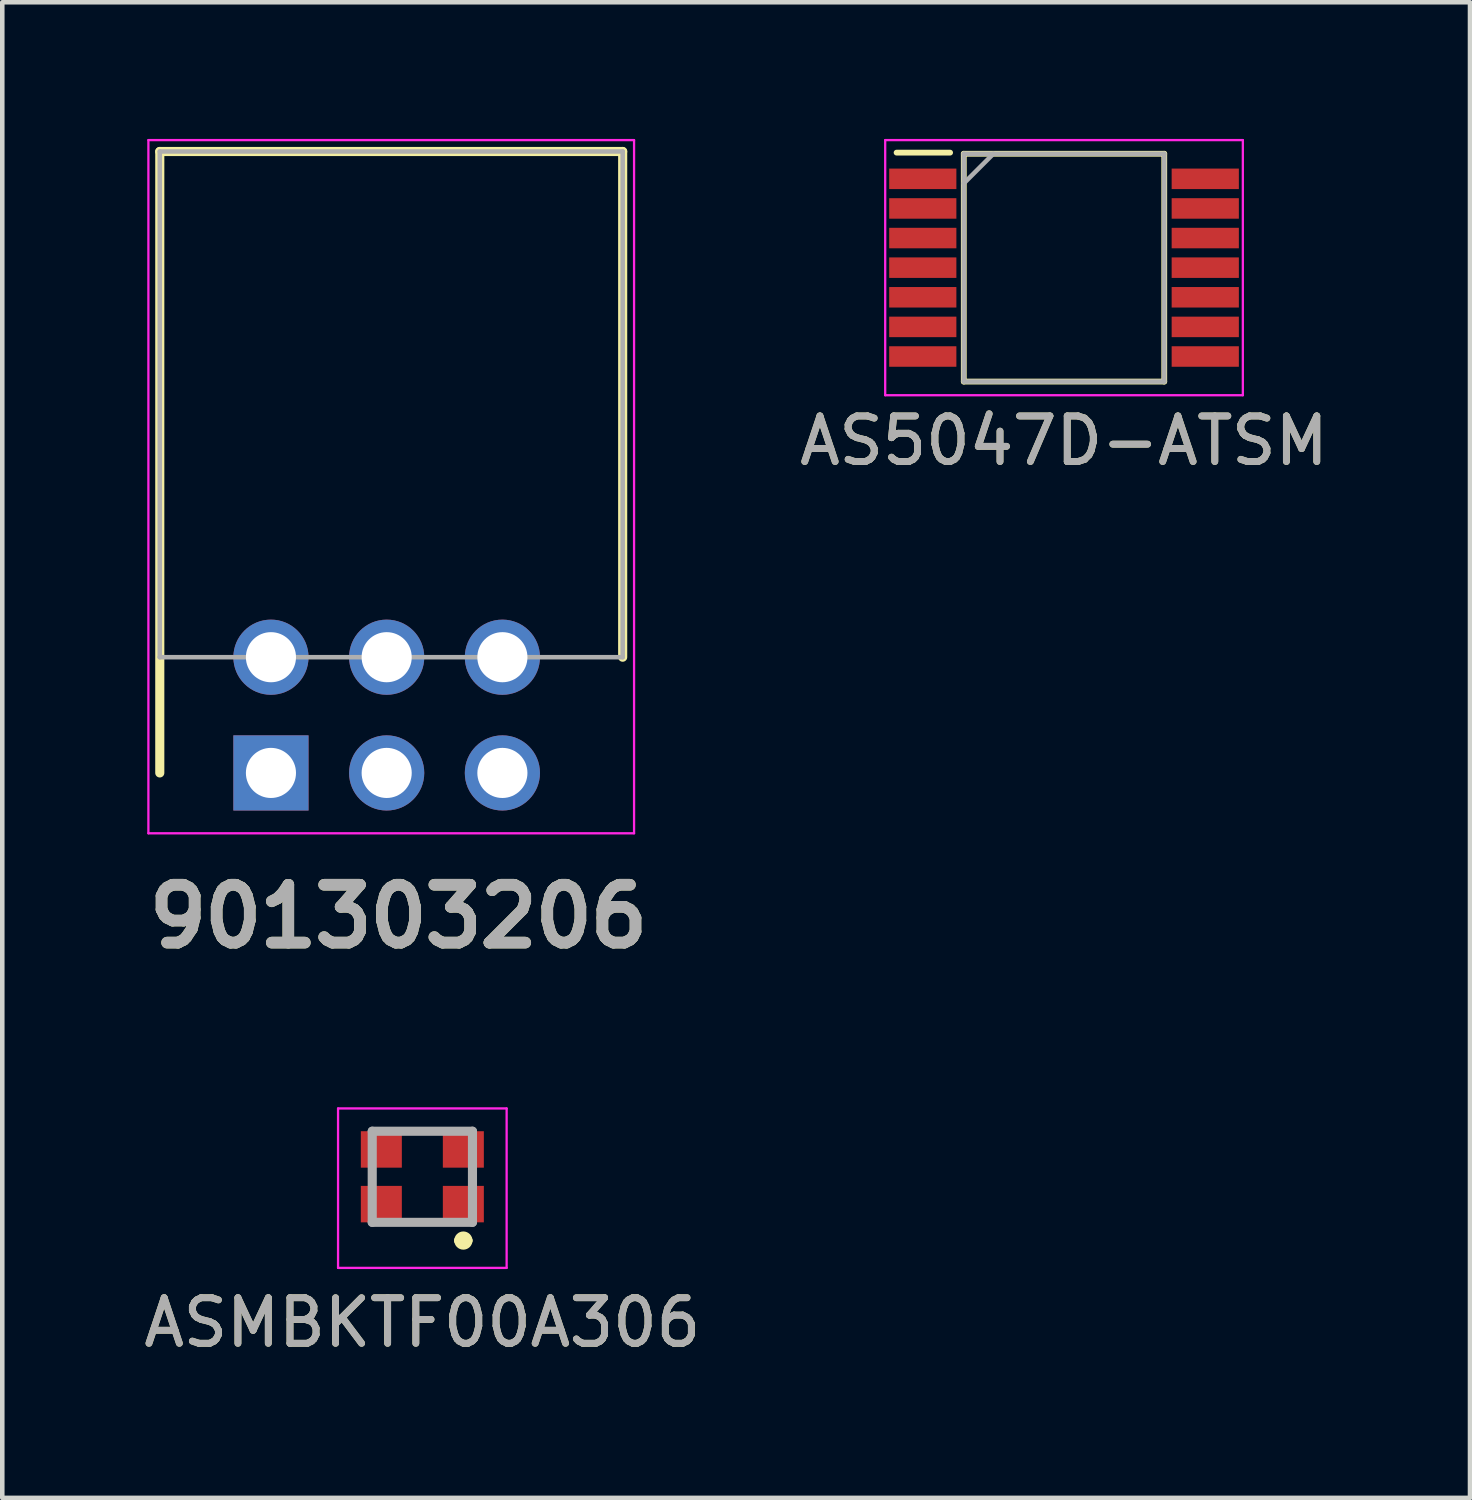
<source format=kicad_pcb>
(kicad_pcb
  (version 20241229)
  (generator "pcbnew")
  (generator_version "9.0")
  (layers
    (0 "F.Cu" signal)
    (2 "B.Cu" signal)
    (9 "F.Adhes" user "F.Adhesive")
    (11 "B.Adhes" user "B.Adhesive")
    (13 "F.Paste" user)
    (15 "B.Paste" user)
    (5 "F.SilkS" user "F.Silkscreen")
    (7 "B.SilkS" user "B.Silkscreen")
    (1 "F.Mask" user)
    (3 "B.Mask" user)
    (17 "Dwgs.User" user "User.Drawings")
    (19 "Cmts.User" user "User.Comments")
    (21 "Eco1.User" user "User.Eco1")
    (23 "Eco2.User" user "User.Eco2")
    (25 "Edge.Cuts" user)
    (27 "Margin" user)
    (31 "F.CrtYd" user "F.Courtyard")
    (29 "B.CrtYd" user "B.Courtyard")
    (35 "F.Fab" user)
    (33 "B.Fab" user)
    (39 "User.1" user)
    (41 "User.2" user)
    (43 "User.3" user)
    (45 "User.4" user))
  (footprint "901303206"
    (layer "F.Cu")
    (at 2.897 13.915)
    (property "Reference" "901303206" (at 2.8 3.15 0) (layer "F.SilkS") (effects (font (size 1.27 1.27) (thickness 0.254))))
    (attr through_hole)
    (fp_line (start -2.44 -13.64) (end 7.72 -13.64) (stroke (width 0.2) (type solid)) (layer "F.SilkS"))
    (fp_line (start -2.44 0) (end -2.44 -13.64) (stroke (width 0.2) (type solid)) (layer "F.SilkS"))
    (fp_line (start 7.72 -13.64) (end 7.72 -2.54) (stroke (width 0.2) (type solid)) (layer "F.SilkS"))
    (fp_line (start -2.69 -13.89) (end -2.69 1.325) (stroke (width 0.05) (type solid)) (layer "F.CrtYd"))
    (fp_line (start -2.69 1.325) (end 7.97 1.325) (stroke (width 0.05) (type solid)) (layer "F.CrtYd"))
    (fp_line (start 7.97 -13.89) (end -2.69 -13.89) (stroke (width 0.05) (type solid)) (layer "F.CrtYd"))
    (fp_line (start 7.97 1.325) (end 7.97 -13.89) (stroke (width 0.05) (type solid)) (layer "F.CrtYd"))
    (fp_line (start -2.44 -13.64) (end 7.72 -13.64) (stroke (width 0.1) (type solid)) (layer "F.Fab"))
    (fp_line (start -2.44 -2.54) (end -2.44 -13.64) (stroke (width 0.1) (type solid)) (layer "F.Fab"))
    (fp_line (start 7.72 -13.64) (end 7.72 -2.54) (stroke (width 0.1) (type solid)) (layer "F.Fab"))
    (fp_line (start 7.72 -2.54) (end -2.44 -2.54) (stroke (width 0.1) (type solid)) (layer "F.Fab"))
    (fp_text user "${REFERENCE}" (at 2.8 3.15 0) (layer "F.Fab") (effects (font (size 1.27 1.27) (thickness 0.254))))
    (pad "1" thru_hole rect (at 0 0) (size 1.65 1.65) (drill 1.1) (layers "*.Cu" "*.Mask"))
    (pad "2" thru_hole circle (at 0 -2.54) (size 1.65 1.65) (drill 1.1) (layers "*.Cu" "*.Mask"))
    (pad "3" thru_hole circle (at 2.54 0) (size 1.65 1.65) (drill 1.1) (layers "*.Cu" "*.Mask"))
    (pad "4" thru_hole circle (at 2.54 -2.54) (size 1.65 1.65) (drill 1.1) (layers "*.Cu" "*.Mask"))
    (pad "5" thru_hole circle (at 5.08 0) (size 1.65 1.65) (drill 1.1) (layers "*.Cu" "*.Mask"))
    (pad "6" thru_hole circle (at 5.08 -2.54) (size 1.65 1.65) (drill 1.1) (layers "*.Cu" "*.Mask")))
  (footprint "AS5047D-ATSM"
    (layer "F.Cu")
    (at 20.304 2.825)
    (property "Reference" "AS5047D-ATSM" (at 0 3.8 0) (layer "F.SilkS") (effects (font (size 1 1) (thickness 0.15))))
    (attr smd)
    (fp_line (start -3.675 -2.525) (end -2.5 -2.525) (stroke (width 0.127) (type solid)) (layer "F.SilkS"))
    (fp_line (start -2.2 -2.5) (end 2.2 -2.5) (stroke (width 0.127) (type solid)) (layer "F.SilkS"))
    (fp_line (start -2.2 2.5) (end -2.2 -2.5) (stroke (width 0.127) (type solid)) (layer "F.SilkS"))
    (fp_line (start 2.2 2.5) (end -2.2 2.5) (stroke (width 0.127) (type solid)) (layer "F.SilkS"))
    (fp_line (start 2.2 2.5) (end 2.2 -2.5) (stroke (width 0.127) (type solid)) (layer "F.SilkS"))
    (fp_line (start -3.925 -2.8) (end 3.925 -2.8) (stroke (width 0.05) (type solid)) (layer "F.CrtYd"))
    (fp_line (start -3.925 2.8) (end -3.925 -2.8) (stroke (width 0.05) (type solid)) (layer "F.CrtYd"))
    (fp_line (start 3.925 -2.8) (end 3.925 2.8) (stroke (width 0.05) (type solid)) (layer "F.CrtYd"))
    (fp_line (start 3.925 2.8) (end -3.925 2.8) (stroke (width 0.05) (type solid)) (layer "F.CrtYd"))
    (fp_line (start -2.2 -2.5) (end 2.2 -2.5) (stroke (width 0.1) (type solid)) (layer "F.Fab"))
    (fp_line (start -2.2 -1.85) (end -1.55 -2.5) (stroke (width 0.1) (type solid)) (layer "F.Fab"))
    (fp_line (start -2.2 2.5) (end -2.2 -2.5) (stroke (width 0.1) (type solid)) (layer "F.Fab"))
    (fp_line (start 2.2 -2.5) (end 2.2 2.5) (stroke (width 0.1) (type solid)) (layer "F.Fab"))
    (fp_line (start 2.2 2.5) (end -2.2 2.5) (stroke (width 0.1) (type solid)) (layer "F.Fab"))
    (fp_text user "${REFERENCE}" (at 0 3.8 0) (layer "F.Fab") (effects (font (size 1 1) (thickness 0.15))))
    (pad "1" smd rect (at -3.1 -1.95 90) (size 0.45 1.475) (layers "F.Cu" "F.Mask" "F.Paste"))
    (pad "2" smd rect (at -3.1 -1.3 90) (size 0.45 1.475) (layers "F.Cu" "F.Mask" "F.Paste"))
    (pad "3" smd rect (at -3.1 -0.65 90) (size 0.45 1.475) (layers "F.Cu" "F.Mask" "F.Paste"))
    (pad "4" smd rect (at -3.1 0 90) (size 0.45 1.475) (layers "F.Cu" "F.Mask" "F.Paste"))
    (pad "5" smd rect (at -3.1 0.65 90) (size 0.45 1.475) (layers "F.Cu" "F.Mask" "F.Paste"))
    (pad "6" smd rect (at -3.1 1.3 90) (size 0.45 1.475) (layers "F.Cu" "F.Mask" "F.Paste"))
    (pad "7" smd rect (at -3.1 1.95 90) (size 0.45 1.475) (layers "F.Cu" "F.Mask" "F.Paste"))
    (pad "8" smd rect (at 3.1 1.95 90) (size 0.45 1.475) (layers "F.Cu" "F.Mask" "F.Paste"))
    (pad "9" smd rect (at 3.1 1.3 90) (size 0.45 1.475) (layers "F.Cu" "F.Mask" "F.Paste"))
    (pad "10" smd rect (at 3.1 0.65 90) (size 0.45 1.475) (layers "F.Cu" "F.Mask" "F.Paste"))
    (pad "11" smd rect (at 3.1 0 90) (size 0.45 1.475) (layers "F.Cu" "F.Mask" "F.Paste"))
    (pad "12" smd rect (at 3.1 -0.65 90) (size 0.45 1.475) (layers "F.Cu" "F.Mask" "F.Paste"))
    (pad "13" smd rect (at 3.1 -1.3 90) (size 0.45 1.475) (layers "F.Cu" "F.Mask" "F.Paste"))
    (pad "14" smd rect (at 3.1 -1.95 90) (size 0.45 1.475) (layers "F.Cu" "F.Mask" "F.Paste")))
  (footprint "ASMBKTF00A306"
    (layer "F.Cu")
    (at 6.22 22.779)
    (property "Reference" "ASMBKTF00A306" (at 0 3.2 0) (layer "F.SilkS") (effects (font (size 1 1) (thickness 0.15))))
    (attr smd)
    (fp_line (start -0.3 -1) (end 0.3 -1) (stroke (width 0.127) (type solid)) (layer "F.SilkS"))
    (fp_line (start -0.3 1) (end 0.3 1) (stroke (width 0.127) (type solid)) (layer "F.SilkS"))
    (fp_line (start 0.8 1.4) (end 0.8 1.4) (stroke (width 0.2) (type solid)) (layer "F.SilkS"))
    (fp_line (start 1 1.4) (end 1 1.4) (stroke (width 0.2) (type solid)) (layer "F.SilkS"))
    (fp_arc (start 0.8 1.4) (mid 0.9 1.3) (end 1 1.4) (stroke (width 0.2) (type solid)) (layer "F.SilkS"))
    (fp_arc (start 1 1.4) (mid 0.9 1.5) (end 0.8 1.4) (stroke (width 0.2) (type solid)) (layer "F.SilkS"))
    (fp_line (start -1.85 -1.5) (end 1.85 -1.5) (stroke (width 0.05) (type solid)) (layer "F.CrtYd"))
    (fp_line (start -1.85 2) (end -1.85 -1.5) (stroke (width 0.05) (type solid)) (layer "F.CrtYd"))
    (fp_line (start 1.85 -1.5) (end 1.85 2) (stroke (width 0.05) (type solid)) (layer "F.CrtYd"))
    (fp_line (start 1.85 2) (end -1.85 2) (stroke (width 0.05) (type solid)) (layer "F.CrtYd"))
    (fp_line (start -1.1 -1) (end 1.1 -1) (stroke (width 0.2) (type solid)) (layer "F.Fab"))
    (fp_line (start -1.1 1) (end -1.1 -1) (stroke (width 0.2) (type solid)) (layer "F.Fab"))
    (fp_line (start 1.1 -1) (end 1.1 1) (stroke (width 0.2) (type solid)) (layer "F.Fab"))
    (fp_line (start 1.1 1) (end -1.1 1) (stroke (width 0.2) (type solid)) (layer "F.Fab"))
    (fp_text user "${REFERENCE}" (at 0 3.2 0) (layer "F.Fab") (effects (font (size 1 1) (thickness 0.15))))
    (pad "1" smd rect (at 0.9 0.6 90) (size 0.8 0.9) (layers "F.Cu" "F.Mask" "F.Paste"))
    (pad "2" smd rect (at 0.9 -0.6 90) (size 0.8 0.9) (layers "F.Cu" "F.Mask" "F.Paste"))
    (pad "3" smd rect (at -0.9 -0.6 90) (size 0.8 0.9) (layers "F.Cu" "F.Mask" "F.Paste"))
    (pad "4" smd rect (at -0.9 0.6 90) (size 0.8 0.9) (layers "F.Cu" "F.Mask" "F.Paste")))
  (gr_rect
    (start -3 -3)
    (end 29.215 29.827)
    (stroke (width 0.1) (type default))
    (fill no)
    (layer "Edge.Cuts")))
</source>
